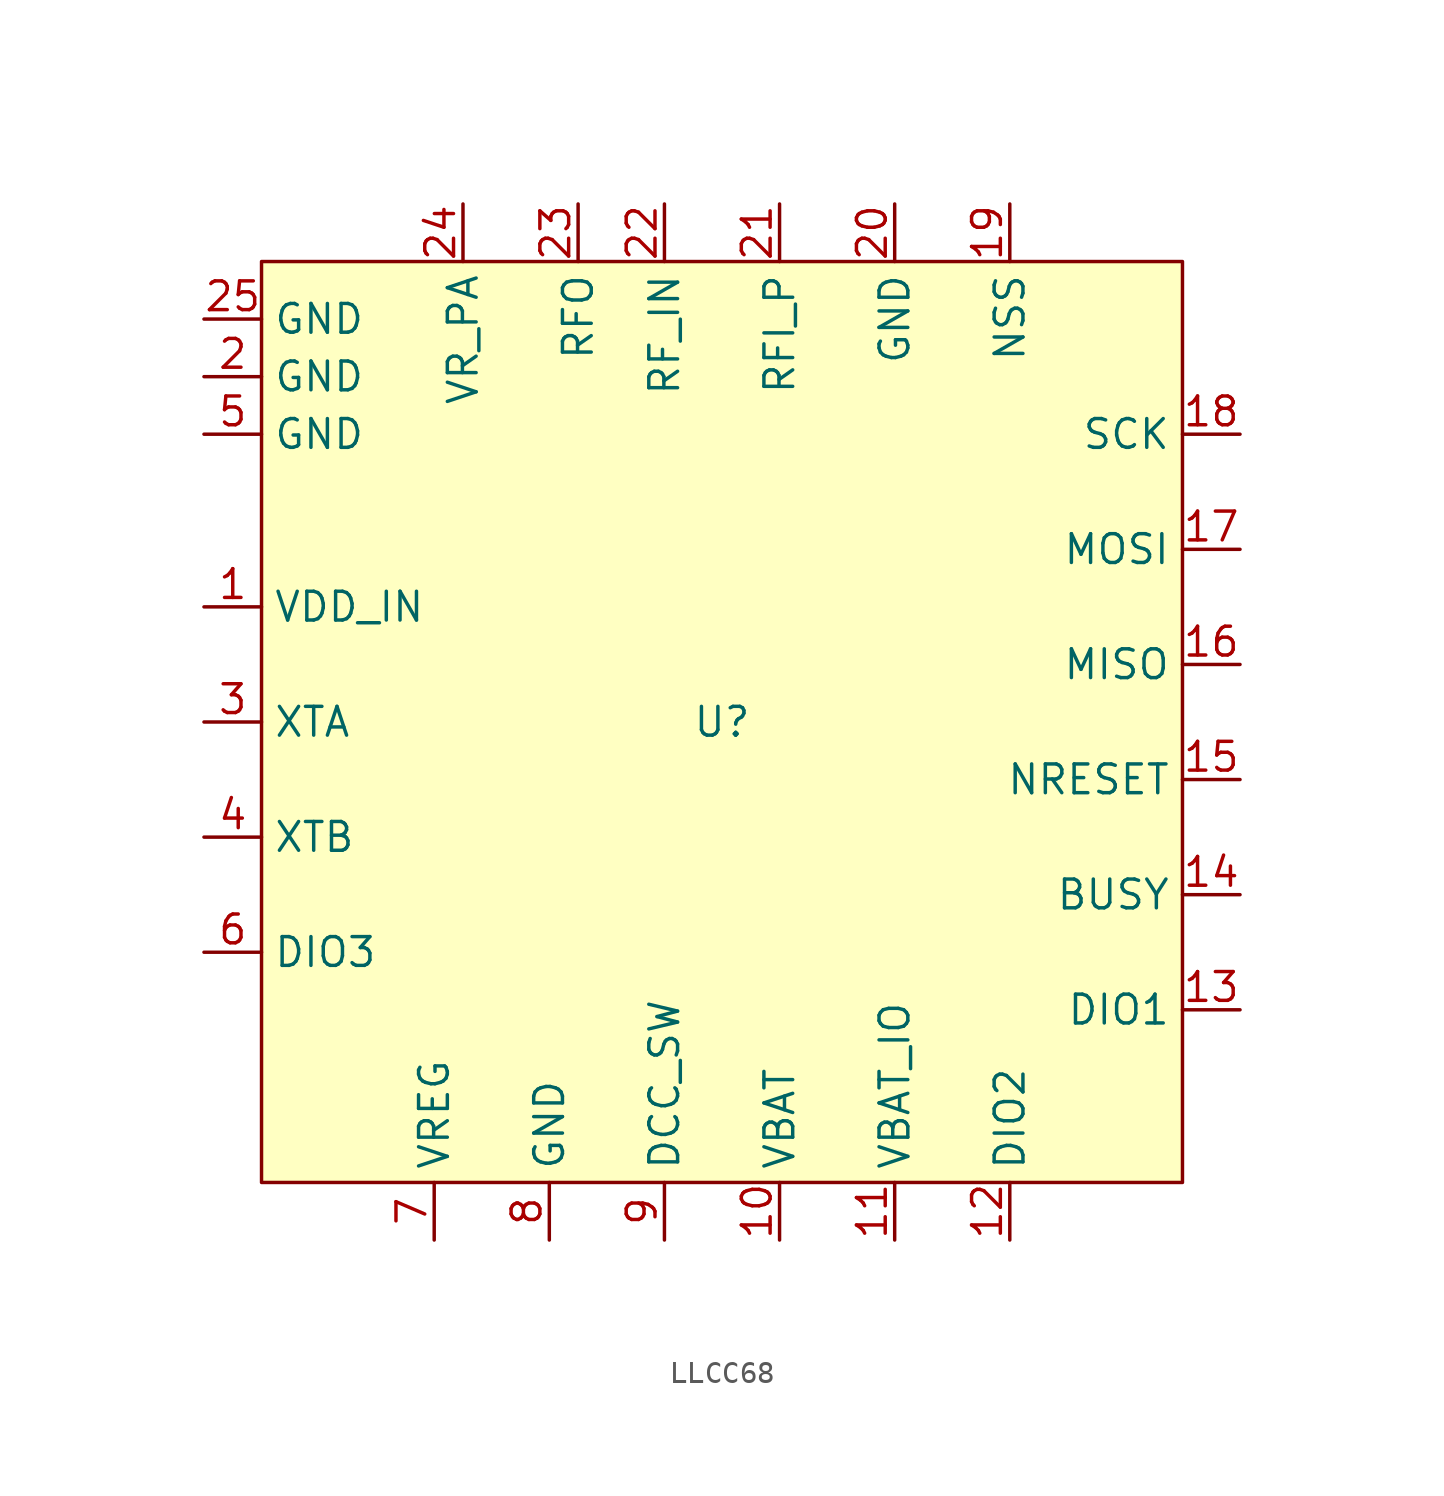
<source format=kicad_sym>
(kicad_symbol_lib
  (version 20231120)
  (generator "kicad_symbol_editor")
  (generator_version "8.0")
  (symbol "LLCC68"
    (property "Reference" "U"
      (at 0 0 0)
      (effects (font (size 1.27 1.27))))
    (property "Value" ""
      (at 0 0 0)
      (effects (font (size 1.27 1.27))))
    (symbol "LLCC68_1_1"
      (rectangle (start -20.32 20.32) (end 20.32 -20.32) (stroke (width 0) (type default)) (fill (type background)))
      (pin input line (at -22.86 5.08 0) (length 2.54) (name "VDD_IN" (effects (font (size 1.27 1.27)))) (number "1" (effects (font (size 1.27 1.27)))))
      (pin input line (at 2.54 -22.86 90) (length 2.54) (name "VBAT" (effects (font (size 1.27 1.27)))) (number "10" (effects (font (size 1.27 1.27)))))
      (pin input line (at 7.62 -22.86 90) (length 2.54) (name "VBAT_IO" (effects (font (size 1.27 1.27)))) (number "11" (effects (font (size 1.27 1.27)))))
      (pin input line (at 12.7 -22.86 90) (length 2.54) (name "DIO2" (effects (font (size 1.27 1.27)))) (number "12" (effects (font (size 1.27 1.27)))))
      (pin input line (at 22.86 -12.7 180) (length 2.54) (name "DIO1" (effects (font (size 1.27 1.27)))) (number "13" (effects (font (size 1.27 1.27)))))
      (pin input line (at 22.86 -7.62 180) (length 2.54) (name "BUSY" (effects (font (size 1.27 1.27)))) (number "14" (effects (font (size 1.27 1.27)))))
      (pin input line (at 22.86 -2.54 180) (length 2.54) (name "NRESET" (effects (font (size 1.27 1.27)))) (number "15" (effects (font (size 1.27 1.27)))))
      (pin input line (at 22.86 2.54 180) (length 2.54) (name "MISO" (effects (font (size 1.27 1.27)))) (number "16" (effects (font (size 1.27 1.27)))))
      (pin input line (at 22.86 7.62 180) (length 2.54) (name "MOSI" (effects (font (size 1.27 1.27)))) (number "17" (effects (font (size 1.27 1.27)))))
      (pin input line (at 22.86 12.7 180) (length 2.54) (name "SCK" (effects (font (size 1.27 1.27)))) (number "18" (effects (font (size 1.27 1.27)))))
      (pin input line (at 12.7 22.86 270) (length 2.54) (name "NSS" (effects (font (size 1.27 1.27)))) (number "19" (effects (font (size 1.27 1.27)))))
      (pin input line (at -22.86 15.24 0) (length 2.54) (name "GND" (effects (font (size 1.27 1.27)))) (number "2" (effects (font (size 1.27 1.27)))))
      (pin input line (at 7.62 22.86 270) (length 2.54) (name "GND" (effects (font (size 1.27 1.27)))) (number "20" (effects (font (size 1.27 1.27)))))
      (pin input line (at 2.54 22.86 270) (length 2.54) (name "RFI_P" (effects (font (size 1.27 1.27)))) (number "21" (effects (font (size 1.27 1.27)))))
      (pin input line (at -2.54 22.86 270) (length 2.54) (name "RF_IN" (effects (font (size 1.27 1.27)))) (number "22" (effects (font (size 1.27 1.27)))))
      (pin input line (at -6.35 22.86 270) (length 2.54) (name "RFO" (effects (font (size 1.27 1.27)))) (number "23" (effects (font (size 1.27 1.27)))))
      (pin input line (at -11.43 22.86 270) (length 2.54) (name "VR_PA" (effects (font (size 1.27 1.27)))) (number "24" (effects (font (size 1.27 1.27)))))
      (pin input line (at -22.86 17.78 0) (length 2.54) (name "GND" (effects (font (size 1.27 1.27)))) (number "25" (effects (font (size 1.27 1.27)))))
      (pin input line (at -22.86 0 0) (length 2.54) (name "XTA" (effects (font (size 1.27 1.27)))) (number "3" (effects (font (size 1.27 1.27)))))
      (pin input line (at -22.86 -5.08 0) (length 2.54) (name "XTB" (effects (font (size 1.27 1.27)))) (number "4" (effects (font (size 1.27 1.27)))))
      (pin input line (at -22.86 12.7 0) (length 2.54) (name "GND" (effects (font (size 1.27 1.27)))) (number "5" (effects (font (size 1.27 1.27)))))
      (pin input line (at -22.86 -10.16 0) (length 2.54) (name "DIO3" (effects (font (size 1.27 1.27)))) (number "6" (effects (font (size 1.27 1.27)))))
      (pin input line (at -12.7 -22.86 90) (length 2.54) (name "VREG" (effects (font (size 1.27 1.27)))) (number "7" (effects (font (size 1.27 1.27)))))
      (pin input line (at -7.62 -22.86 90) (length 2.54) (name "GND" (effects (font (size 1.27 1.27)))) (number "8" (effects (font (size 1.27 1.27)))))
      (pin input line (at -2.54 -22.86 90) (length 2.54) (name "DCC_SW" (effects (font (size 1.27 1.27)))) (number "9" (effects (font (size 1.27 1.27))))))))
</source>
